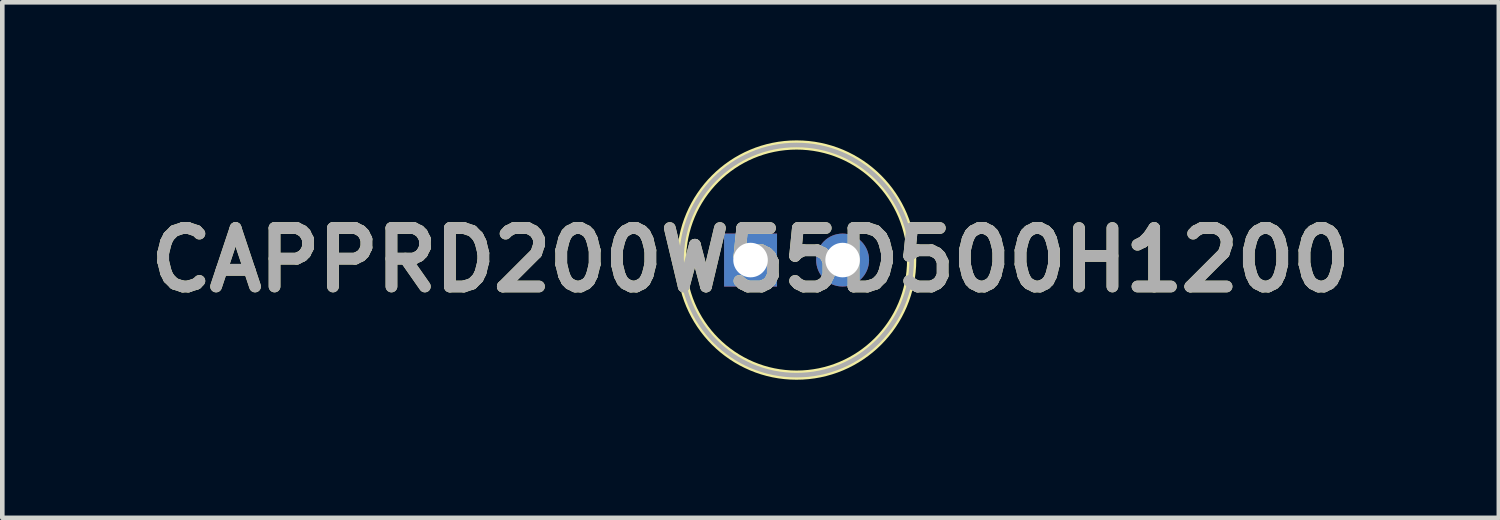
<source format=kicad_pcb>
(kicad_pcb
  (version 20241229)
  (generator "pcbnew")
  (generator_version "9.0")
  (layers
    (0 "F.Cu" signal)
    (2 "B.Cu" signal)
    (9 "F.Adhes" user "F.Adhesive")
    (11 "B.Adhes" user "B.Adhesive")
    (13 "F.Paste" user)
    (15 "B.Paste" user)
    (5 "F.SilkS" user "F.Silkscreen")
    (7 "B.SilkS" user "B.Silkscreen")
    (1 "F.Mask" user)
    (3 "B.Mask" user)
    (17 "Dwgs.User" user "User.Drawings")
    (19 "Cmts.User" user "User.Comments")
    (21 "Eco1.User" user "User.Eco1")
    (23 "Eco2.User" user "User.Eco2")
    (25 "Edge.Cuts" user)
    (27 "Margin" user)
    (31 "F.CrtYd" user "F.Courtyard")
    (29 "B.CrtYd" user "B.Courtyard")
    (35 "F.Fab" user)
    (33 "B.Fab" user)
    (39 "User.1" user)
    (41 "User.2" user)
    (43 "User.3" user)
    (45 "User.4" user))
  (footprint "CAPPRD200W55D500H1200"
    (layer "F.Cu")
    (at 13.256 2.6)
    (property "Reference" "CAPPRD200W55D500H1200" (at 0 0 0) (layer "F.SilkS") (effects (font (size 1.27 1.27) (thickness 0.254))))
    (attr through_hole)
    (fp_circle (center 1 0) (end 1 2.5) (stroke (width 0.2) (type solid)) (fill no) (layer "F.SilkS"))
    (fp_circle (center 1 0) (end 1 2.5) (stroke (width 0.1) (type solid)) (fill no) (layer "F.Fab"))
    (fp_text user "${REFERENCE}" (at 0 0 0) (layer "F.Fab") (effects (font (size 1.27 1.27) (thickness 0.254))))
    (pad "1" thru_hole rect (at 0 0) (size 1.15 1.15) (drill 0.75) (layers "*.Cu" "*.Mask"))
    (pad "2" thru_hole circle (at 2 0) (size 1.15 1.15) (drill 0.75) (layers "*.Cu" "*.Mask")))
  (gr_rect
    (start -3 -3)
    (end 29.513 8.2)
    (stroke (width 0.1) (type default))
    (fill no)
    (layer "Edge.Cuts")))
</source>
